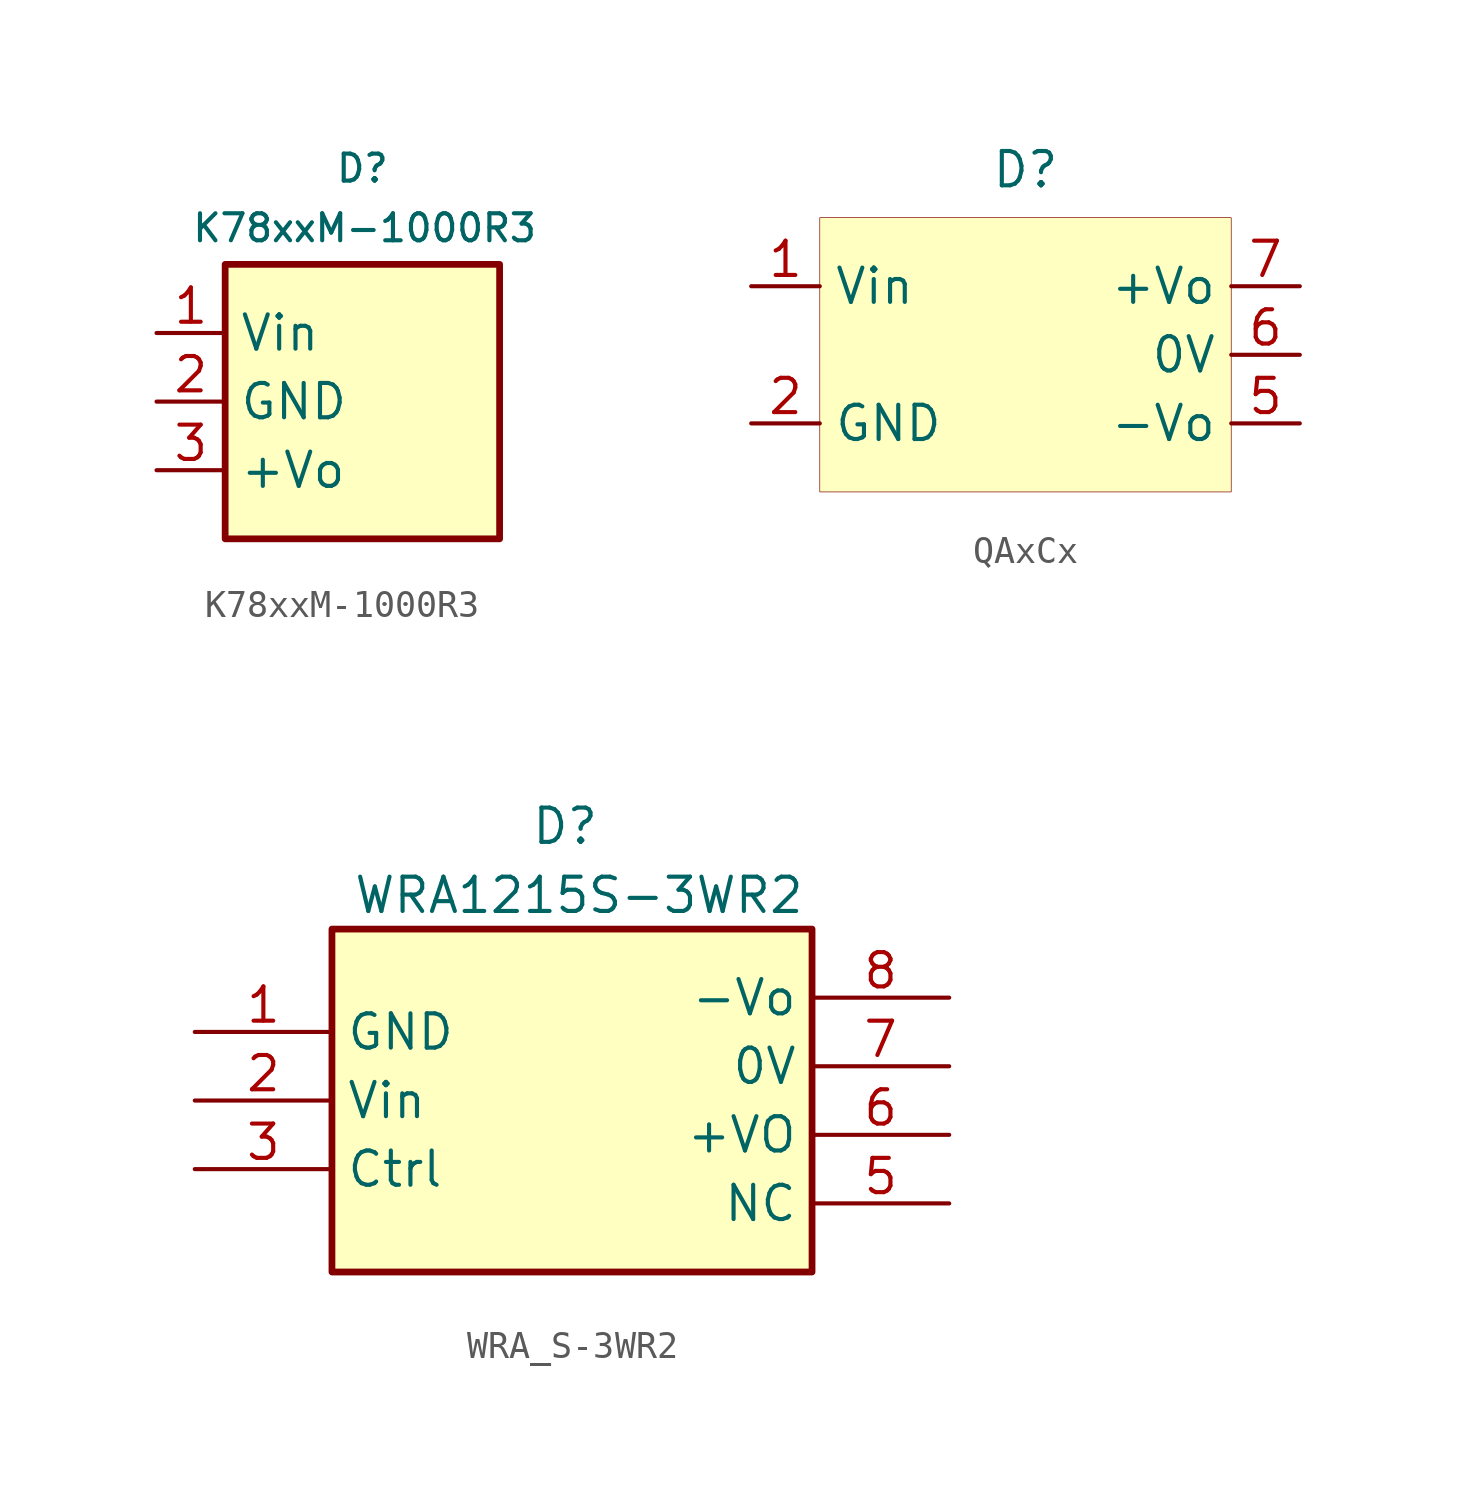
<source format=kicad_sym>
(kicad_symbol_lib
  (version 20241209)
  (generator "kicad_symbol_editor")
  (generator_version "9.0")
  (symbol "K78xxM-1000R3"
    (property "Reference" "D"
      (at 5.08 8.636 0)
      (effects (font (size 1 1))))
    (property "Value" "K78xxM-1000R3"
      (at -1.27 5.842 0)
      (effects (font (size 1 1)) (justify left bottom)))
    (symbol "K78xxM-1000R3_1_0"
      (rectangle (start 0 5.08) (end 10.16 -5.08) (stroke (width 0.25) (type solid)) (fill (type background)))
      (pin passive line (at -2.54 2.54 0) (length 2.54) (name "Vin" (effects (font (size 1.27 1.27)))) (number "1" (effects (font (size 1.27 1.27)))))
      (pin passive line (at -2.54 0 0) (length 2.54) (name "GND" (effects (font (size 1.27 1.27)))) (number "2" (effects (font (size 1.27 1.27)))))
      (pin passive line (at -2.54 -2.54 0) (length 2.54) (name "+Vo" (effects (font (size 1.27 1.27)))) (number "3" (effects (font (size 1.27 1.27)))))))
  (symbol "QAxCx"
    (property "Reference" "D"
      (at 0 6.858 0)
      (effects (font (size 1.27 1.27))))
    (symbol "QAxCx_1_0"
      (rectangle (start 7.62 5.08) (end -7.62 -5.08) (stroke (width 0.025) (type solid) (color 128 0 0 1)) (fill (type background)))
      (pin passive line (at -10.16 2.54 0) (length 2.54) (name "Vin" (effects (font (size 1.27 1.27)))) (number "1" (effects (font (size 1.27 1.27)))))
      (pin passive line (at -10.16 -2.54 0) (length 2.54) (name "GND" (effects (font (size 1.27 1.27)))) (number "2" (effects (font (size 1.27 1.27)))))
      (pin passive line (at 10.16 2.54 180) (length 2.54) (name "+Vo" (effects (font (size 1.27 1.27)))) (number "7" (effects (font (size 1.27 1.27)))))
      (pin passive line (at 10.16 0 180) (length 2.54) (name "0V" (effects (font (size 1.27 1.27)))) (number "6" (effects (font (size 1.27 1.27)))))
      (pin passive line (at 10.16 -2.54 180) (length 2.54) (name "-Vo" (effects (font (size 1.27 1.27)))) (number "5" (effects (font (size 1.27 1.27)))))))
  (symbol "WRA_S-3WR2"
    (property "Reference" "D"
      (at -0.254 10.16 0)
      (effects (font (size 1.27 1.27))))
    (property "Value" "WRA1215S-3WR2"
      (at -8.128 6.858 0)
      (effects (font (size 1.27 1.27)) (justify left bottom)))
    (symbol "WRA_S-3WR2_1_0"
      (rectangle (start -8.89 6.35) (end 8.89 -6.35) (stroke (width 0.25) (type solid)) (fill (type background)))
      (pin passive line (at -13.97 2.54 0) (length 5.08) (name "GND" (effects (font (size 1.27 1.27)))) (number "1" (effects (font (size 1.27 1.27)))))
      (pin passive line (at -13.97 0 0) (length 5.08) (name "Vin" (effects (font (size 1.27 1.27)))) (number "2" (effects (font (size 1.27 1.27)))))
      (pin passive line (at -13.97 -2.54 0) (length 5.08) (name "Ctrl" (effects (font (size 1.27 1.27)))) (number "3" (effects (font (size 1.27 1.27)))))
      (pin passive line (at 13.97 3.81 180) (length 5.08) (name "-Vo" (effects (font (size 1.27 1.27)))) (number "8" (effects (font (size 1.27 1.27)))))
      (pin passive line (at 13.97 1.27 180) (length 5.08) (name "0V" (effects (font (size 1.27 1.27)))) (number "7" (effects (font (size 1.27 1.27)))))
      (pin passive line (at 13.97 -1.27 180) (length 5.08) (name "+VO" (effects (font (size 1.27 1.27)))) (number "6" (effects (font (size 1.27 1.27)))))
      (pin passive line (at 13.97 -3.81 180) (length 5.08) (name "NC" (effects (font (size 1.27 1.27)))) (number "5" (effects (font (size 1.27 1.27))))))))
</source>
